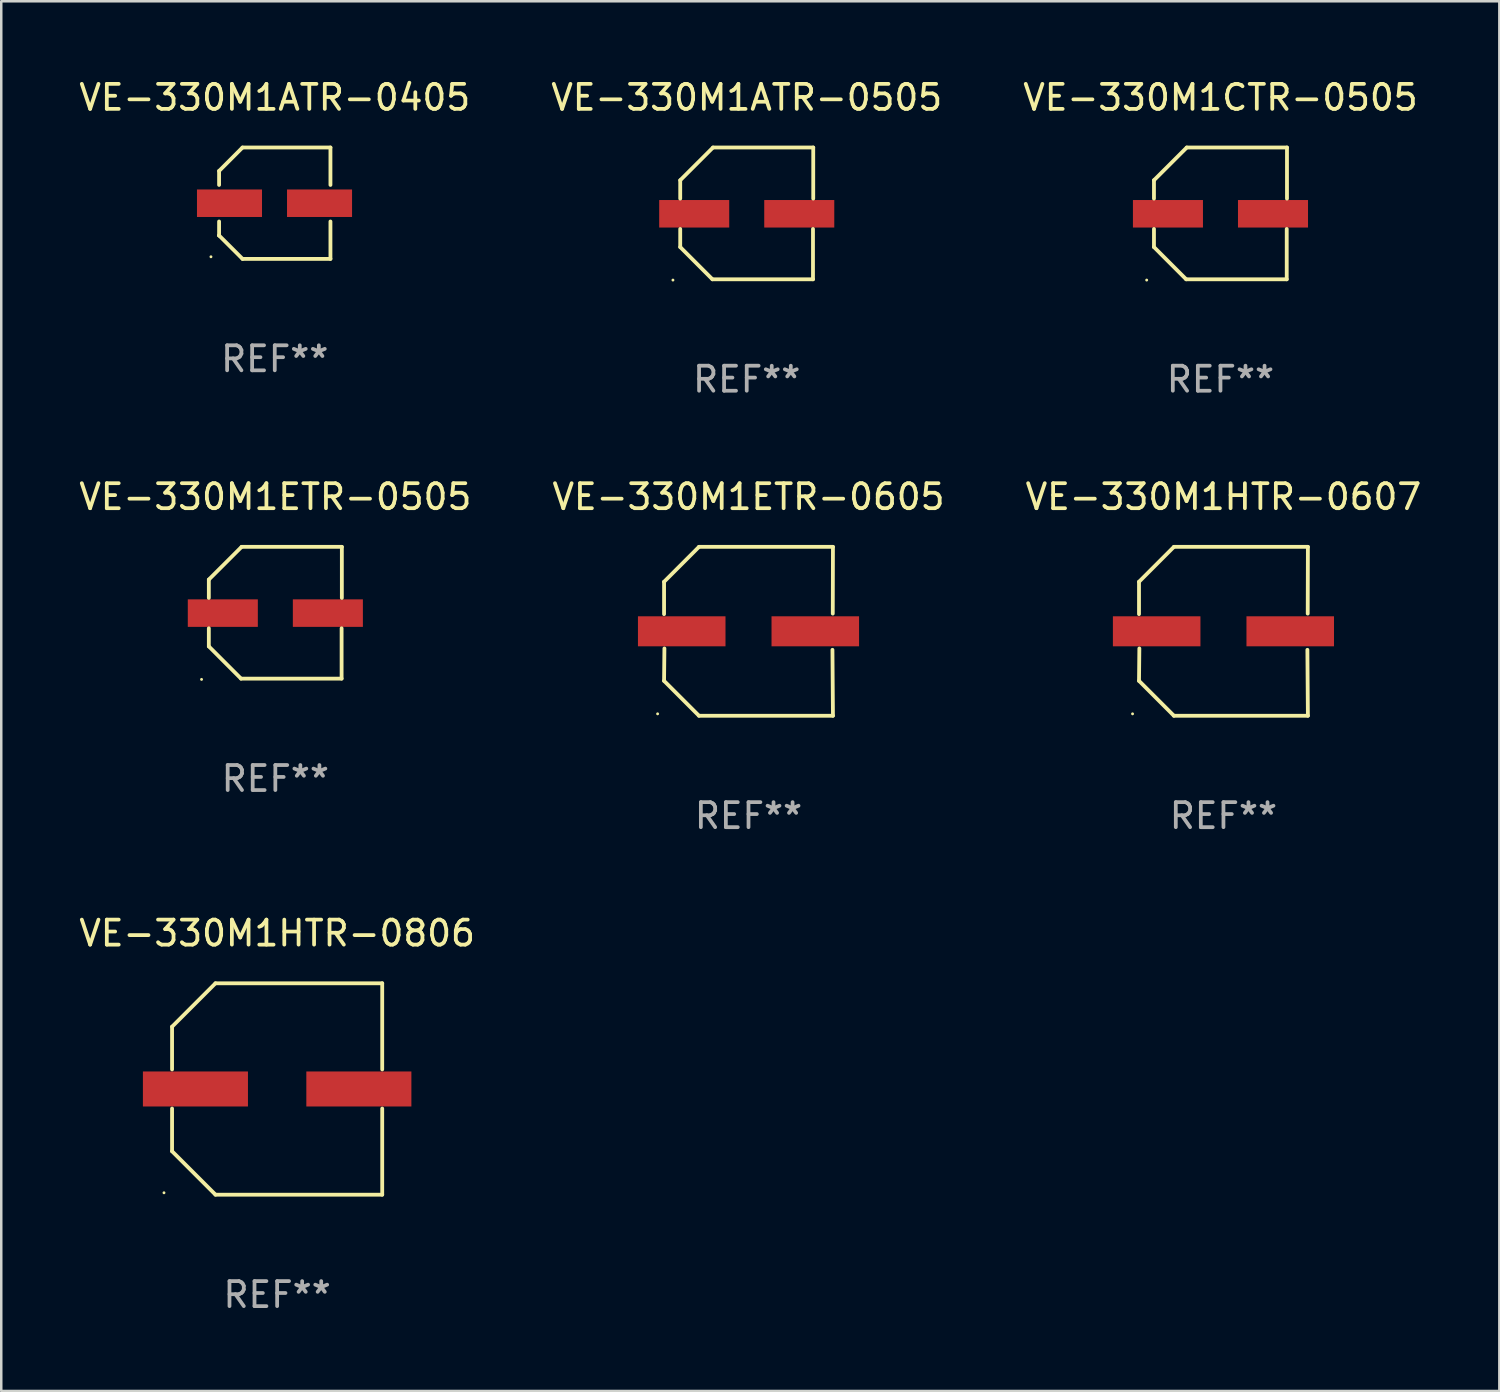
<source format=kicad_pcb>
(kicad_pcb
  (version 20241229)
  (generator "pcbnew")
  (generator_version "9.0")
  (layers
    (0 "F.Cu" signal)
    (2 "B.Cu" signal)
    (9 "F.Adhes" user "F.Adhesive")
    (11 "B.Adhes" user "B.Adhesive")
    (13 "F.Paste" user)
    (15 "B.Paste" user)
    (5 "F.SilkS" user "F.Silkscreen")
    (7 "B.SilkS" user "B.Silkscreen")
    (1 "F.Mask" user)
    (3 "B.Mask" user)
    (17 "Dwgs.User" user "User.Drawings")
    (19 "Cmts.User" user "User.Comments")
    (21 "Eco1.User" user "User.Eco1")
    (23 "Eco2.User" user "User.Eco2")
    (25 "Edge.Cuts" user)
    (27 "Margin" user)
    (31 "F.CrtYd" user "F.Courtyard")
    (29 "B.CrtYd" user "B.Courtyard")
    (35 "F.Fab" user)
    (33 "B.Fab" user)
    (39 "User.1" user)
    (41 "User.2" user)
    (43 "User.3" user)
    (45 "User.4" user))
  (footprint "VE-330M1ATR-0505"
    (layer "F.Cu")
    (at 26.804 5.482)
    (property "Reference" "VE-330M1ATR-0505" (at 0 -4.634 0) (layer "F.SilkS") (effects (font (size 1 1) (thickness 0.15))))
    (attr through_hole)
    (fp_line (start -2.659 -1.326) (end -2.659 -0.592) (stroke (width 0.152) (type solid)) (layer "F.SilkS"))
    (fp_line (start -2.659 1.346) (end -2.659 0.622) (stroke (width 0.152) (type solid)) (layer "F.SilkS"))
    (fp_line (start -1.372 2.634) (end -2.659 1.346) (stroke (width 0.152) (type solid)) (layer "F.SilkS"))
    (fp_line (start -1.349 -2.634) (end -2.659 -1.326) (stroke (width 0.152) (type solid)) (layer "F.SilkS"))
    (fp_line (start 2.649 0.622) (end 2.649 2.634) (stroke (width 0.152) (type solid)) (layer "F.SilkS"))
    (fp_line (start 2.649 2.634) (end -1.372 2.634) (stroke (width 0.152) (type solid)) (layer "F.SilkS"))
    (fp_line (start 2.659 -2.634) (end -1.349 -2.634) (stroke (width 0.152) (type solid)) (layer "F.SilkS"))
    (fp_line (start 2.659 -0.592) (end 2.659 -2.634) (stroke (width 0.152) (type solid)) (layer "F.SilkS"))
    (fp_circle (center -2.95 2.665) (end -2.92 2.665) (stroke (width 0.06) (type solid)) (fill no) (layer "F.SilkS"))
    (fp_text user "REF**" (at 0 6.634 0) (layer "F.Fab") (effects (font (size 1 1) (thickness 0.15))))
    (pad "1" smd rect (at -2.1 0.015) (size 2.8 1.1) (layers "F.Cu" "F.Mask" "F.Paste"))
    (pad "2" smd rect (at 2.1 0.015) (size 2.8 1.1) (layers "F.Cu" "F.Mask" "F.Paste")))
  (footprint "VE-330M1CTR-0505"
    (layer "F.Cu")
    (at 45.744 5.482)
    (property "Reference" "VE-330M1CTR-0505" (at 0 -4.634 0) (layer "F.SilkS") (effects (font (size 1 1) (thickness 0.15))))
    (attr through_hole)
    (fp_line (start -2.659 -1.326) (end -2.659 -0.592) (stroke (width 0.152) (type solid)) (layer "F.SilkS"))
    (fp_line (start -2.659 1.346) (end -2.659 0.622) (stroke (width 0.152) (type solid)) (layer "F.SilkS"))
    (fp_line (start -1.372 2.634) (end -2.659 1.346) (stroke (width 0.152) (type solid)) (layer "F.SilkS"))
    (fp_line (start -1.349 -2.634) (end -2.659 -1.326) (stroke (width 0.152) (type solid)) (layer "F.SilkS"))
    (fp_line (start 2.649 0.622) (end 2.649 2.634) (stroke (width 0.152) (type solid)) (layer "F.SilkS"))
    (fp_line (start 2.649 2.634) (end -1.372 2.634) (stroke (width 0.152) (type solid)) (layer "F.SilkS"))
    (fp_line (start 2.659 -2.634) (end -1.349 -2.634) (stroke (width 0.152) (type solid)) (layer "F.SilkS"))
    (fp_line (start 2.659 -0.592) (end 2.659 -2.634) (stroke (width 0.152) (type solid)) (layer "F.SilkS"))
    (fp_circle (center -2.95 2.665) (end -2.92 2.665) (stroke (width 0.06) (type solid)) (fill no) (layer "F.SilkS"))
    (fp_text user "REF**" (at 0 6.634 0) (layer "F.Fab") (effects (font (size 1 1) (thickness 0.15))))
    (pad "1" smd rect (at -2.1 0.015) (size 2.8 1.1) (layers "F.Cu" "F.Mask" "F.Paste"))
    (pad "2" smd rect (at 2.1 0.015) (size 2.8 1.1) (layers "F.Cu" "F.Mask" "F.Paste")))
  (footprint "VE-330M1HTR-0806"
    (layer "F.Cu")
    (at 8.03 40.487)
    (property "Reference" "VE-330M1HTR-0806" (at 0 -6.226 0) (layer "F.SilkS") (effects (font (size 1 1) (thickness 0.15))))
    (attr through_hole)
    (fp_line (start -4.201 -2.49) (end -4.201 -0.782) (stroke (width 0.152) (type solid)) (layer "F.SilkS"))
    (fp_line (start -4.201 2.49) (end -4.201 0.782) (stroke (width 0.152) (type solid)) (layer "F.SilkS"))
    (fp_line (start -2.465 -4.226) (end -4.201 -2.49) (stroke (width 0.152) (type solid)) (layer "F.SilkS"))
    (fp_line (start -2.465 4.226) (end -4.201 2.49) (stroke (width 0.152) (type solid)) (layer "F.SilkS"))
    (fp_line (start 4.201 -4.226) (end -2.465 -4.226) (stroke (width 0.152) (type solid)) (layer "F.SilkS"))
    (fp_line (start 4.201 -0.782) (end 4.201 -4.226) (stroke (width 0.152) (type solid)) (layer "F.SilkS"))
    (fp_line (start 4.201 0.782) (end 4.201 4.226) (stroke (width 0.152) (type solid)) (layer "F.SilkS"))
    (fp_line (start 4.201 4.226) (end -2.465 4.226) (stroke (width 0.152) (type solid)) (layer "F.SilkS"))
    (fp_circle (center -4.524 4.15) (end -4.494 4.15) (stroke (width 0.06) (type solid)) (fill no) (layer "F.SilkS"))
    (fp_text user "REF**" (at 0 8.226 0) (layer "F.Fab") (effects (font (size 1 1) (thickness 0.15))))
    (pad "1" smd rect (at -3.267 0) (size 4.2 1.4) (layers "F.Cu" "F.Mask" "F.Paste"))
    (pad "2" smd rect (at 3.267 0) (size 4.2 1.4) (layers "F.Cu" "F.Mask" "F.Paste")))
  (footprint "VE-330M1HTR-0607"
    (layer "F.Cu")
    (at 45.863 22.189)
    (property "Reference" "VE-330M1HTR-0607" (at 0 -5.376 0) (layer "F.SilkS") (effects (font (size 1 1) (thickness 0.15))))
    (attr through_hole)
    (fp_line (start -3.376 -1.98) (end -3.376 -0.686) (stroke (width 0.152) (type solid)) (layer "F.SilkS"))
    (fp_line (start -3.376 1.981) (end -3.362 0.686) (stroke (width 0.152) (type solid)) (layer "F.SilkS"))
    (fp_line (start -1.981 3.376) (end -3.376 1.981) (stroke (width 0.152) (type solid)) (layer "F.SilkS"))
    (fp_line (start -1.98 -3.376) (end -3.376 -1.98) (stroke (width 0.152) (type solid)) (layer "F.SilkS"))
    (fp_line (start 3.356 0.74) (end 3.376 3.376) (stroke (width 0.152) (type solid)) (layer "F.SilkS"))
    (fp_line (start 3.369 -0.707) (end 3.376 -3.376) (stroke (width 0.152) (type solid)) (layer "F.SilkS"))
    (fp_line (start 3.376 3.376) (end -1.981 3.376) (stroke (width 0.152) (type solid)) (layer "F.SilkS"))
    (fp_line (start 3.376 -3.376) (end -1.98 -3.376) (stroke (width 0.152) (type solid)) (layer "F.SilkS"))
    (fp_circle (center -3.634 3.3) (end -3.604 3.3) (stroke (width 0.06) (type solid)) (fill no) (layer "F.SilkS"))
    (fp_text user "REF**" (at 0 7.376 0) (layer "F.Fab") (effects (font (size 1 1) (thickness 0.15))))
    (pad "1" smd rect (at -2.67 0.000254) (size 3.5 1.2) (layers "F.Cu" "F.Mask" "F.Paste"))
    (pad "2" smd rect (at 2.67 0.000254) (size 3.5 1.2) (layers "F.Cu" "F.Mask" "F.Paste")))
  (footprint "VE-330M1ATR-0405"
    (layer "F.Cu")
    (at 7.935 5.074)
    (property "Reference" "VE-330M1ATR-0405" (at 0 -4.226 0) (layer "F.SilkS") (effects (font (size 1 1) (thickness 0.15))))
    (attr through_hole)
    (fp_line (start -2.226 -1.289) (end -2.226 -0.73) (stroke (width 0.152) (type solid)) (layer "F.SilkS"))
    (fp_line (start -2.226 0.731) (end -2.226 1.291) (stroke (width 0.152) (type solid)) (layer "F.SilkS"))
    (fp_line (start -2.226 1.291) (end -2.226 1.291) (stroke (width 0.152) (type solid)) (layer "F.SilkS"))
    (fp_line (start -1.29 -2.226) (end -2.226 -1.289) (stroke (width 0.152) (type solid)) (layer "F.SilkS"))
    (fp_line (start -1.289 2.226) (end -2.226 1.291) (stroke (width 0.152) (type solid)) (layer "F.SilkS"))
    (fp_line (start 2.226 -2.226) (end -1.29 -2.226) (stroke (width 0.152) (type solid)) (layer "F.SilkS"))
    (fp_line (start 2.226 -0.73) (end 2.226 -2.226) (stroke (width 0.152) (type solid)) (layer "F.SilkS"))
    (fp_line (start 2.226 2.226) (end -1.289 2.226) (stroke (width 0.152) (type solid)) (layer "F.SilkS"))
    (fp_line (start 2.226 2.226) (end 2.226 0.731) (stroke (width 0.152) (type solid)) (layer "F.SilkS"))
    (fp_circle (center -2.551 2.142) (end -2.521 2.142) (stroke (width 0.06) (type solid)) (fill no) (layer "F.SilkS"))
    (fp_text user "REF**" (at 0 6.226 0) (layer "F.Fab") (effects (font (size 1 1) (thickness 0.15))))
    (pad "1" smd rect (at -1.81 0.001) (size 2.6 1.1) (layers "F.Cu" "F.Mask" "F.Paste"))
    (pad "2" smd rect (at 1.79 0.001) (size 2.6 1.1) (layers "F.Cu" "F.Mask" "F.Paste")))
  (footprint "VE-330M1ETR-0505"
    (layer "F.Cu")
    (at 7.958 21.447)
    (property "Reference" "VE-330M1ETR-0505" (at 0 -4.634 0) (layer "F.SilkS") (effects (font (size 1 1) (thickness 0.15))))
    (attr through_hole)
    (fp_line (start -2.659 -1.326) (end -2.659 -0.592) (stroke (width 0.152) (type solid)) (layer "F.SilkS"))
    (fp_line (start -2.659 1.346) (end -2.659 0.622) (stroke (width 0.152) (type solid)) (layer "F.SilkS"))
    (fp_line (start -1.372 2.634) (end -2.659 1.346) (stroke (width 0.152) (type solid)) (layer "F.SilkS"))
    (fp_line (start -1.349 -2.634) (end -2.659 -1.326) (stroke (width 0.152) (type solid)) (layer "F.SilkS"))
    (fp_line (start 2.649 0.622) (end 2.649 2.634) (stroke (width 0.152) (type solid)) (layer "F.SilkS"))
    (fp_line (start 2.649 2.634) (end -1.372 2.634) (stroke (width 0.152) (type solid)) (layer "F.SilkS"))
    (fp_line (start 2.659 -2.634) (end -1.349 -2.634) (stroke (width 0.152) (type solid)) (layer "F.SilkS"))
    (fp_line (start 2.659 -0.592) (end 2.659 -2.634) (stroke (width 0.152) (type solid)) (layer "F.SilkS"))
    (fp_circle (center -2.95 2.665) (end -2.92 2.665) (stroke (width 0.06) (type solid)) (fill no) (layer "F.SilkS"))
    (fp_text user "REF**" (at 0 6.634 0) (layer "F.Fab") (effects (font (size 1 1) (thickness 0.15))))
    (pad "1" smd rect (at -2.1 0.015) (size 2.8 1.1) (layers "F.Cu" "F.Mask" "F.Paste"))
    (pad "2" smd rect (at 2.1 0.015) (size 2.8 1.1) (layers "F.Cu" "F.Mask" "F.Paste")))
  (footprint "VE-330M1ETR-0605"
    (layer "F.Cu")
    (at 26.875 22.189)
    (property "Reference" "VE-330M1ETR-0605" (at 0 -5.376 0) (layer "F.SilkS") (effects (font (size 1 1) (thickness 0.15))))
    (attr through_hole)
    (fp_line (start -3.376 -1.98) (end -3.376 -0.686) (stroke (width 0.152) (type solid)) (layer "F.SilkS"))
    (fp_line (start -3.376 1.981) (end -3.362 0.686) (stroke (width 0.152) (type solid)) (layer "F.SilkS"))
    (fp_line (start -1.981 3.376) (end -3.376 1.981) (stroke (width 0.152) (type solid)) (layer "F.SilkS"))
    (fp_line (start -1.98 -3.376) (end -3.376 -1.98) (stroke (width 0.152) (type solid)) (layer "F.SilkS"))
    (fp_line (start 3.356 0.74) (end 3.376 3.376) (stroke (width 0.152) (type solid)) (layer "F.SilkS"))
    (fp_line (start 3.369 -0.707) (end 3.376 -3.376) (stroke (width 0.152) (type solid)) (layer "F.SilkS"))
    (fp_line (start 3.376 3.376) (end -1.981 3.376) (stroke (width 0.152) (type solid)) (layer "F.SilkS"))
    (fp_line (start 3.376 -3.376) (end -1.98 -3.376) (stroke (width 0.152) (type solid)) (layer "F.SilkS"))
    (fp_circle (center -3.634 3.3) (end -3.604 3.3) (stroke (width 0.06) (type solid)) (fill no) (layer "F.SilkS"))
    (fp_text user "REF**" (at 0 7.376 0) (layer "F.Fab") (effects (font (size 1 1) (thickness 0.15))))
    (pad "1" smd rect (at -2.67 0.000254) (size 3.5 1.2) (layers "F.Cu" "F.Mask" "F.Paste"))
    (pad "2" smd rect (at 2.67 0.000254) (size 3.5 1.2) (layers "F.Cu" "F.Mask" "F.Paste")))
  (gr_rect
    (start -3 -3)
    (end 56.893 52.562)
    (stroke (width 0.1) (type default))
    (fill no)
    (layer "Edge.Cuts")))
</source>
